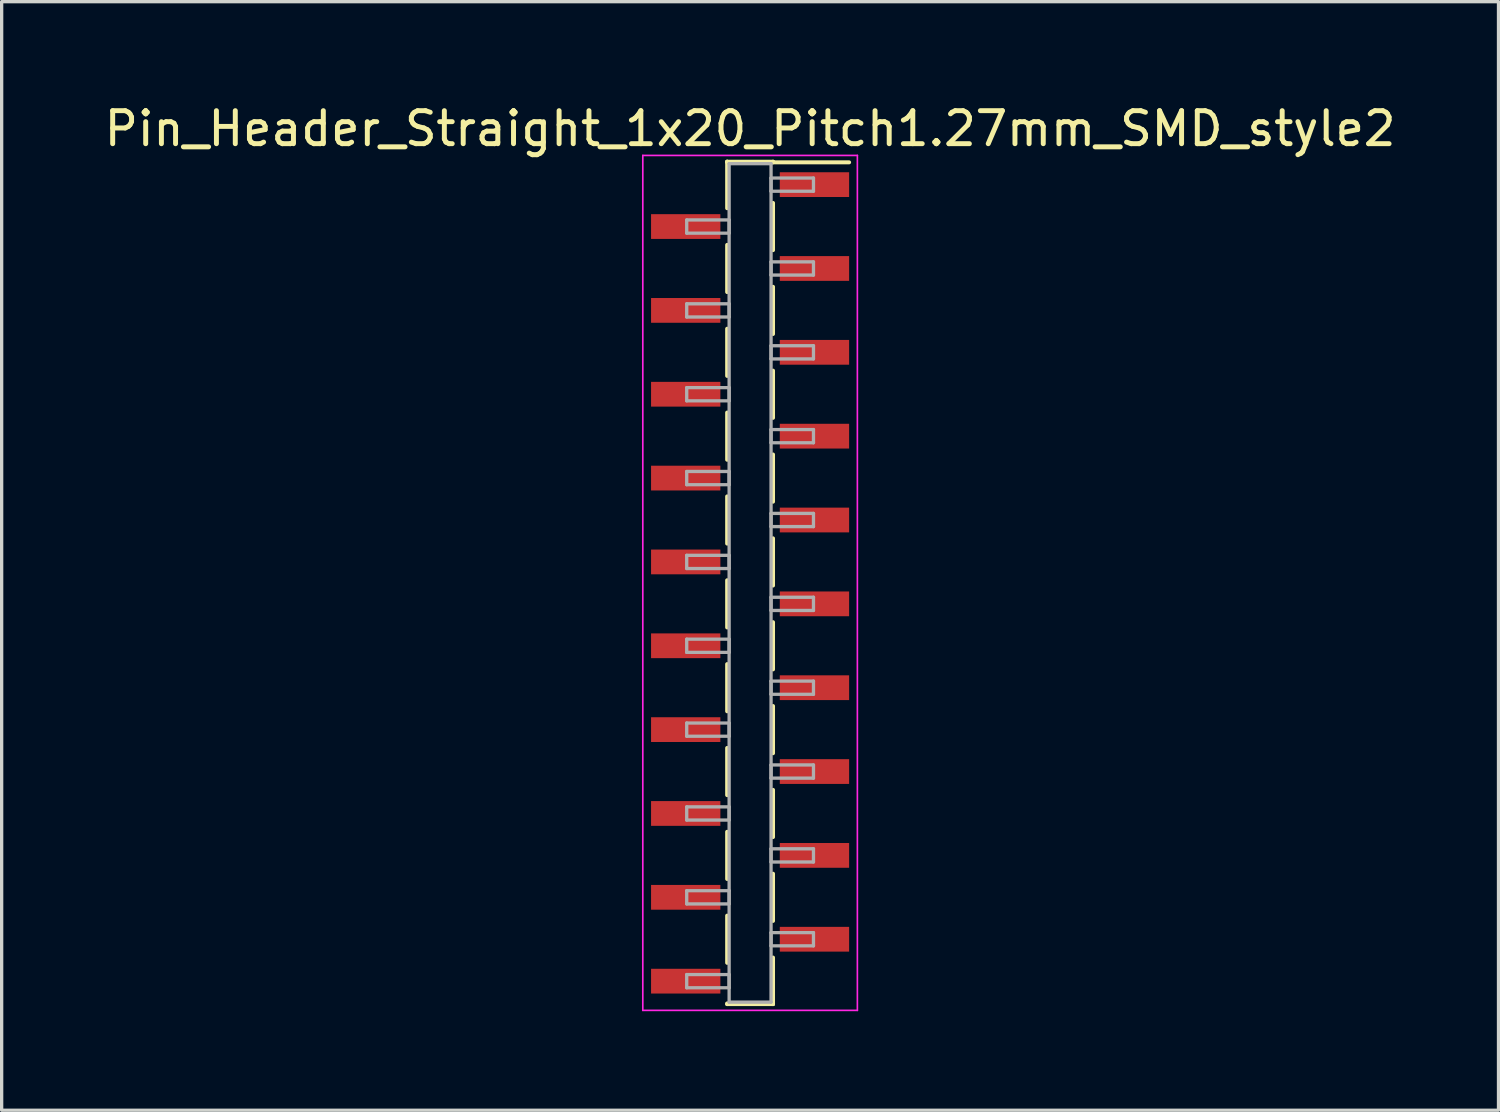
<source format=kicad_pcb>
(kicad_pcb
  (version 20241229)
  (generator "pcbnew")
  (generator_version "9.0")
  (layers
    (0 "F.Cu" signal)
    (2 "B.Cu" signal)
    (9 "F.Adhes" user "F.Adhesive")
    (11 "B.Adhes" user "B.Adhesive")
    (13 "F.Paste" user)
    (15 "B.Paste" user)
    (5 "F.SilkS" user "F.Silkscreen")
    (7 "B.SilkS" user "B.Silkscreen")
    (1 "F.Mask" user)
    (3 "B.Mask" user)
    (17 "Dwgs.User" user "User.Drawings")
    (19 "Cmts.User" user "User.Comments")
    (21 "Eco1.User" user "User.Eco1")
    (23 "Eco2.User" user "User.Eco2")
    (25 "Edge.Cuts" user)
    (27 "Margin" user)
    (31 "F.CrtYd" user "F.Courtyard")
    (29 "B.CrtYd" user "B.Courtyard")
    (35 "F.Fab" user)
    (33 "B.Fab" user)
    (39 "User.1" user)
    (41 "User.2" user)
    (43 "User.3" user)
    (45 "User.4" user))
  (footprint "Pin_Header_Straight_1x20_Pitch1.27mm_SMD_style2"
    (layer "F.Cu")
    (at 19.673 14.608)
    (property "Reference" "Pin_Header_Straight_1x20_Pitch1.27mm_SMD_style2" (at 0 -13.76 0) (layer "F.SilkS") (effects (font (size 1 1) (thickness 0.15))))
    (attr smd)
    (fp_line (start -0.695 -12.76) (end -0.695 -11.35) (stroke (width 0.12) (type solid)) (layer "F.SilkS"))
    (fp_line (start -0.695 -12.76) (end 0.695 -12.76) (stroke (width 0.12) (type solid)) (layer "F.SilkS"))
    (fp_line (start -0.695 -12.74) (end -0.695 -12.76) (stroke (width 0.12) (type solid)) (layer "F.SilkS"))
    (fp_line (start -0.695 -10.24) (end -0.695 -8.81) (stroke (width 0.12) (type solid)) (layer "F.SilkS"))
    (fp_line (start -0.695 -7.7) (end -0.695 -6.27) (stroke (width 0.12) (type solid)) (layer "F.SilkS"))
    (fp_line (start -0.695 -5.16) (end -0.695 -3.73) (stroke (width 0.12) (type solid)) (layer "F.SilkS"))
    (fp_line (start -0.695 -2.62) (end -0.695 -1.19) (stroke (width 0.12) (type solid)) (layer "F.SilkS"))
    (fp_line (start -0.695 -0.08) (end -0.695 1.35) (stroke (width 0.12) (type solid)) (layer "F.SilkS"))
    (fp_line (start -0.695 2.46) (end -0.695 3.89) (stroke (width 0.12) (type solid)) (layer "F.SilkS"))
    (fp_line (start -0.695 5) (end -0.695 6.43) (stroke (width 0.12) (type solid)) (layer "F.SilkS"))
    (fp_line (start -0.695 7.54) (end -0.695 8.97) (stroke (width 0.12) (type solid)) (layer "F.SilkS"))
    (fp_line (start -0.695 10.08) (end -0.695 11.51) (stroke (width 0.12) (type solid)) (layer "F.SilkS"))
    (fp_line (start -0.695 12.74) (end -0.695 12.76) (stroke (width 0.12) (type solid)) (layer "F.SilkS"))
    (fp_line (start -0.695 12.76) (end 0.695 12.76) (stroke (width 0.12) (type solid)) (layer "F.SilkS"))
    (fp_line (start 0.695 -12.76) (end 0.695 -12.74) (stroke (width 0.12) (type solid)) (layer "F.SilkS"))
    (fp_line (start 0.695 -12.74) (end 3 -12.74) (stroke (width 0.12) (type solid)) (layer "F.SilkS"))
    (fp_line (start 0.695 -11.51) (end 0.695 -10.08) (stroke (width 0.12) (type solid)) (layer "F.SilkS"))
    (fp_line (start 0.695 -8.97) (end 0.695 -7.54) (stroke (width 0.12) (type solid)) (layer "F.SilkS"))
    (fp_line (start 0.695 -6.43) (end 0.695 -5) (stroke (width 0.12) (type solid)) (layer "F.SilkS"))
    (fp_line (start 0.695 -3.89) (end 0.695 -2.46) (stroke (width 0.12) (type solid)) (layer "F.SilkS"))
    (fp_line (start 0.695 -1.35) (end 0.695 0.08) (stroke (width 0.12) (type solid)) (layer "F.SilkS"))
    (fp_line (start 0.695 1.19) (end 0.695 2.62) (stroke (width 0.12) (type solid)) (layer "F.SilkS"))
    (fp_line (start 0.695 3.73) (end 0.695 5.16) (stroke (width 0.12) (type solid)) (layer "F.SilkS"))
    (fp_line (start 0.695 6.27) (end 0.695 7.7) (stroke (width 0.12) (type solid)) (layer "F.SilkS"))
    (fp_line (start 0.695 8.81) (end 0.695 10.24) (stroke (width 0.12) (type solid)) (layer "F.SilkS"))
    (fp_line (start 0.695 11.35) (end 0.695 12.76) (stroke (width 0.12) (type solid)) (layer "F.SilkS"))
    (fp_line (start 0.695 12.76) (end 0.695 12.74) (stroke (width 0.12) (type solid)) (layer "F.SilkS"))
    (fp_line (start -3.25 -12.95) (end -3.25 12.95) (stroke (width 0.05) (type solid)) (layer "F.CrtYd"))
    (fp_line (start -3.25 12.95) (end 3.25 12.95) (stroke (width 0.05) (type solid)) (layer "F.CrtYd"))
    (fp_line (start 3.25 -12.95) (end -3.25 -12.95) (stroke (width 0.05) (type solid)) (layer "F.CrtYd"))
    (fp_line (start 3.25 12.95) (end 3.25 -12.95) (stroke (width 0.05) (type solid)) (layer "F.CrtYd"))
    (fp_line (start -1.92 -10.995) (end -0.635 -10.995) (stroke (width 0.1) (type solid)) (layer "F.Fab"))
    (fp_line (start -1.92 -10.595) (end -1.92 -10.995) (stroke (width 0.1) (type solid)) (layer "F.Fab"))
    (fp_line (start -1.92 -8.455) (end -0.635 -8.455) (stroke (width 0.1) (type solid)) (layer "F.Fab"))
    (fp_line (start -1.92 -8.055) (end -1.92 -8.455) (stroke (width 0.1) (type solid)) (layer "F.Fab"))
    (fp_line (start -1.92 -5.915) (end -0.635 -5.915) (stroke (width 0.1) (type solid)) (layer "F.Fab"))
    (fp_line (start -1.92 -5.515) (end -1.92 -5.915) (stroke (width 0.1) (type solid)) (layer "F.Fab"))
    (fp_line (start -1.92 -3.375) (end -0.635 -3.375) (stroke (width 0.1) (type solid)) (layer "F.Fab"))
    (fp_line (start -1.92 -2.975) (end -1.92 -3.375) (stroke (width 0.1) (type solid)) (layer "F.Fab"))
    (fp_line (start -1.92 -0.835) (end -0.635 -0.835) (stroke (width 0.1) (type solid)) (layer "F.Fab"))
    (fp_line (start -1.92 -0.435) (end -1.92 -0.835) (stroke (width 0.1) (type solid)) (layer "F.Fab"))
    (fp_line (start -1.92 1.705) (end -0.635 1.705) (stroke (width 0.1) (type solid)) (layer "F.Fab"))
    (fp_line (start -1.92 2.105) (end -1.92 1.705) (stroke (width 0.1) (type solid)) (layer "F.Fab"))
    (fp_line (start -1.92 4.245) (end -0.635 4.245) (stroke (width 0.1) (type solid)) (layer "F.Fab"))
    (fp_line (start -1.92 4.645) (end -1.92 4.245) (stroke (width 0.1) (type solid)) (layer "F.Fab"))
    (fp_line (start -1.92 6.785) (end -0.635 6.785) (stroke (width 0.1) (type solid)) (layer "F.Fab"))
    (fp_line (start -1.92 7.185) (end -1.92 6.785) (stroke (width 0.1) (type solid)) (layer "F.Fab"))
    (fp_line (start -1.92 9.325) (end -0.635 9.325) (stroke (width 0.1) (type solid)) (layer "F.Fab"))
    (fp_line (start -1.92 9.725) (end -1.92 9.325) (stroke (width 0.1) (type solid)) (layer "F.Fab"))
    (fp_line (start -1.92 11.865) (end -0.635 11.865) (stroke (width 0.1) (type solid)) (layer "F.Fab"))
    (fp_line (start -1.92 12.265) (end -1.92 11.865) (stroke (width 0.1) (type solid)) (layer "F.Fab"))
    (fp_line (start -0.635 -12.7) (end -0.635 12.7) (stroke (width 0.1) (type solid)) (layer "F.Fab"))
    (fp_line (start -0.635 -10.995) (end -0.635 -10.595) (stroke (width 0.1) (type solid)) (layer "F.Fab"))
    (fp_line (start -0.635 -10.595) (end -1.92 -10.595) (stroke (width 0.1) (type solid)) (layer "F.Fab"))
    (fp_line (start -0.635 -8.455) (end -0.635 -8.055) (stroke (width 0.1) (type solid)) (layer "F.Fab"))
    (fp_line (start -0.635 -8.055) (end -1.92 -8.055) (stroke (width 0.1) (type solid)) (layer "F.Fab"))
    (fp_line (start -0.635 -5.915) (end -0.635 -5.515) (stroke (width 0.1) (type solid)) (layer "F.Fab"))
    (fp_line (start -0.635 -5.515) (end -1.92 -5.515) (stroke (width 0.1) (type solid)) (layer "F.Fab"))
    (fp_line (start -0.635 -3.375) (end -0.635 -2.975) (stroke (width 0.1) (type solid)) (layer "F.Fab"))
    (fp_line (start -0.635 -2.975) (end -1.92 -2.975) (stroke (width 0.1) (type solid)) (layer "F.Fab"))
    (fp_line (start -0.635 -0.835) (end -0.635 -0.435) (stroke (width 0.1) (type solid)) (layer "F.Fab"))
    (fp_line (start -0.635 -0.435) (end -1.92 -0.435) (stroke (width 0.1) (type solid)) (layer "F.Fab"))
    (fp_line (start -0.635 1.705) (end -0.635 2.105) (stroke (width 0.1) (type solid)) (layer "F.Fab"))
    (fp_line (start -0.635 2.105) (end -1.92 2.105) (stroke (width 0.1) (type solid)) (layer "F.Fab"))
    (fp_line (start -0.635 4.245) (end -0.635 4.645) (stroke (width 0.1) (type solid)) (layer "F.Fab"))
    (fp_line (start -0.635 4.645) (end -1.92 4.645) (stroke (width 0.1) (type solid)) (layer "F.Fab"))
    (fp_line (start -0.635 6.785) (end -0.635 7.185) (stroke (width 0.1) (type solid)) (layer "F.Fab"))
    (fp_line (start -0.635 7.185) (end -1.92 7.185) (stroke (width 0.1) (type solid)) (layer "F.Fab"))
    (fp_line (start -0.635 9.325) (end -0.635 9.725) (stroke (width 0.1) (type solid)) (layer "F.Fab"))
    (fp_line (start -0.635 9.725) (end -1.92 9.725) (stroke (width 0.1) (type solid)) (layer "F.Fab"))
    (fp_line (start -0.635 11.865) (end -0.635 12.265) (stroke (width 0.1) (type solid)) (layer "F.Fab"))
    (fp_line (start -0.635 12.265) (end -1.92 12.265) (stroke (width 0.1) (type solid)) (layer "F.Fab"))
    (fp_line (start -0.635 12.7) (end 0.635 12.7) (stroke (width 0.1) (type solid)) (layer "F.Fab"))
    (fp_line (start 0.635 -12.7) (end -0.635 -12.7) (stroke (width 0.1) (type solid)) (layer "F.Fab"))
    (fp_line (start 0.635 -12.265) (end 0.635 -11.865) (stroke (width 0.1) (type solid)) (layer "F.Fab"))
    (fp_line (start 0.635 -11.865) (end 1.92 -11.865) (stroke (width 0.1) (type solid)) (layer "F.Fab"))
    (fp_line (start 0.635 -9.725) (end 0.635 -9.325) (stroke (width 0.1) (type solid)) (layer "F.Fab"))
    (fp_line (start 0.635 -9.325) (end 1.92 -9.325) (stroke (width 0.1) (type solid)) (layer "F.Fab"))
    (fp_line (start 0.635 -7.185) (end 0.635 -6.785) (stroke (width 0.1) (type solid)) (layer "F.Fab"))
    (fp_line (start 0.635 -6.785) (end 1.92 -6.785) (stroke (width 0.1) (type solid)) (layer "F.Fab"))
    (fp_line (start 0.635 -4.645) (end 0.635 -4.245) (stroke (width 0.1) (type solid)) (layer "F.Fab"))
    (fp_line (start 0.635 -4.245) (end 1.92 -4.245) (stroke (width 0.1) (type solid)) (layer "F.Fab"))
    (fp_line (start 0.635 -2.105) (end 0.635 -1.705) (stroke (width 0.1) (type solid)) (layer "F.Fab"))
    (fp_line (start 0.635 -1.705) (end 1.92 -1.705) (stroke (width 0.1) (type solid)) (layer "F.Fab"))
    (fp_line (start 0.635 0.435) (end 0.635 0.835) (stroke (width 0.1) (type solid)) (layer "F.Fab"))
    (fp_line (start 0.635 0.835) (end 1.92 0.835) (stroke (width 0.1) (type solid)) (layer "F.Fab"))
    (fp_line (start 0.635 2.975) (end 0.635 3.375) (stroke (width 0.1) (type solid)) (layer "F.Fab"))
    (fp_line (start 0.635 3.375) (end 1.92 3.375) (stroke (width 0.1) (type solid)) (layer "F.Fab"))
    (fp_line (start 0.635 5.515) (end 0.635 5.915) (stroke (width 0.1) (type solid)) (layer "F.Fab"))
    (fp_line (start 0.635 5.915) (end 1.92 5.915) (stroke (width 0.1) (type solid)) (layer "F.Fab"))
    (fp_line (start 0.635 8.055) (end 0.635 8.455) (stroke (width 0.1) (type solid)) (layer "F.Fab"))
    (fp_line (start 0.635 8.455) (end 1.92 8.455) (stroke (width 0.1) (type solid)) (layer "F.Fab"))
    (fp_line (start 0.635 10.595) (end 0.635 10.995) (stroke (width 0.1) (type solid)) (layer "F.Fab"))
    (fp_line (start 0.635 10.995) (end 1.92 10.995) (stroke (width 0.1) (type solid)) (layer "F.Fab"))
    (fp_line (start 0.635 12.7) (end 0.635 -12.7) (stroke (width 0.1) (type solid)) (layer "F.Fab"))
    (fp_line (start 1.92 -12.265) (end 0.635 -12.265) (stroke (width 0.1) (type solid)) (layer "F.Fab"))
    (fp_line (start 1.92 -11.865) (end 1.92 -12.265) (stroke (width 0.1) (type solid)) (layer "F.Fab"))
    (fp_line (start 1.92 -9.725) (end 0.635 -9.725) (stroke (width 0.1) (type solid)) (layer "F.Fab"))
    (fp_line (start 1.92 -9.325) (end 1.92 -9.725) (stroke (width 0.1) (type solid)) (layer "F.Fab"))
    (fp_line (start 1.92 -7.185) (end 0.635 -7.185) (stroke (width 0.1) (type solid)) (layer "F.Fab"))
    (fp_line (start 1.92 -6.785) (end 1.92 -7.185) (stroke (width 0.1) (type solid)) (layer "F.Fab"))
    (fp_line (start 1.92 -4.645) (end 0.635 -4.645) (stroke (width 0.1) (type solid)) (layer "F.Fab"))
    (fp_line (start 1.92 -4.245) (end 1.92 -4.645) (stroke (width 0.1) (type solid)) (layer "F.Fab"))
    (fp_line (start 1.92 -2.105) (end 0.635 -2.105) (stroke (width 0.1) (type solid)) (layer "F.Fab"))
    (fp_line (start 1.92 -1.705) (end 1.92 -2.105) (stroke (width 0.1) (type solid)) (layer "F.Fab"))
    (fp_line (start 1.92 0.435) (end 0.635 0.435) (stroke (width 0.1) (type solid)) (layer "F.Fab"))
    (fp_line (start 1.92 0.835) (end 1.92 0.435) (stroke (width 0.1) (type solid)) (layer "F.Fab"))
    (fp_line (start 1.92 2.975) (end 0.635 2.975) (stroke (width 0.1) (type solid)) (layer "F.Fab"))
    (fp_line (start 1.92 3.375) (end 1.92 2.975) (stroke (width 0.1) (type solid)) (layer "F.Fab"))
    (fp_line (start 1.92 5.515) (end 0.635 5.515) (stroke (width 0.1) (type solid)) (layer "F.Fab"))
    (fp_line (start 1.92 5.915) (end 1.92 5.515) (stroke (width 0.1) (type solid)) (layer "F.Fab"))
    (fp_line (start 1.92 8.055) (end 0.635 8.055) (stroke (width 0.1) (type solid)) (layer "F.Fab"))
    (fp_line (start 1.92 8.455) (end 1.92 8.055) (stroke (width 0.1) (type solid)) (layer "F.Fab"))
    (fp_line (start 1.92 10.595) (end 0.635 10.595) (stroke (width 0.1) (type solid)) (layer "F.Fab"))
    (fp_line (start 1.92 10.995) (end 1.92 10.595) (stroke (width 0.1) (type solid)) (layer "F.Fab"))
    (pad "1" smd rect (at 1.95 -12.065) (size 2.1 0.75) (layers "F.Cu" "F.Mask"))
    (pad "2" smd rect (at -1.95 -10.795) (size 2.1 0.75) (layers "F.Cu" "F.Mask"))
    (pad "3" smd rect (at 1.95 -9.525) (size 2.1 0.75) (layers "F.Cu" "F.Mask"))
    (pad "4" smd rect (at -1.95 -8.255) (size 2.1 0.75) (layers "F.Cu" "F.Mask"))
    (pad "5" smd rect (at 1.95 -6.985) (size 2.1 0.75) (layers "F.Cu" "F.Mask"))
    (pad "6" smd rect (at -1.95 -5.715) (size 2.1 0.75) (layers "F.Cu" "F.Mask"))
    (pad "7" smd rect (at 1.95 -4.445) (size 2.1 0.75) (layers "F.Cu" "F.Mask"))
    (pad "8" smd rect (at -1.95 -3.175) (size 2.1 0.75) (layers "F.Cu" "F.Mask"))
    (pad "9" smd rect (at 1.95 -1.905) (size 2.1 0.75) (layers "F.Cu" "F.Mask"))
    (pad "10" smd rect (at -1.95 -0.635) (size 2.1 0.75) (layers "F.Cu" "F.Mask"))
    (pad "11" smd rect (at 1.95 0.635) (size 2.1 0.75) (layers "F.Cu" "F.Mask"))
    (pad "12" smd rect (at -1.95 1.905) (size 2.1 0.75) (layers "F.Cu" "F.Mask"))
    (pad "13" smd rect (at 1.95 3.175) (size 2.1 0.75) (layers "F.Cu" "F.Mask"))
    (pad "14" smd rect (at -1.95 4.445) (size 2.1 0.75) (layers "F.Cu" "F.Mask"))
    (pad "15" smd rect (at 1.95 5.715) (size 2.1 0.75) (layers "F.Cu" "F.Mask"))
    (pad "16" smd rect (at -1.95 6.985) (size 2.1 0.75) (layers "F.Cu" "F.Mask"))
    (pad "17" smd rect (at 1.95 8.255) (size 2.1 0.75) (layers "F.Cu" "F.Mask"))
    (pad "18" smd rect (at -1.95 9.525) (size 2.1 0.75) (layers "F.Cu" "F.Mask"))
    (pad "19" smd rect (at 1.95 10.795) (size 2.1 0.75) (layers "F.Cu" "F.Mask"))
    (pad "20" smd rect (at -1.95 12.065) (size 2.1 0.75) (layers "F.Cu" "F.Mask")))
  (gr_rect
    (start -3 -3)
    (end 42.345 30.583)
    (stroke (width 0.1) (type default))
    (fill no)
    (layer "Edge.Cuts")))
</source>
